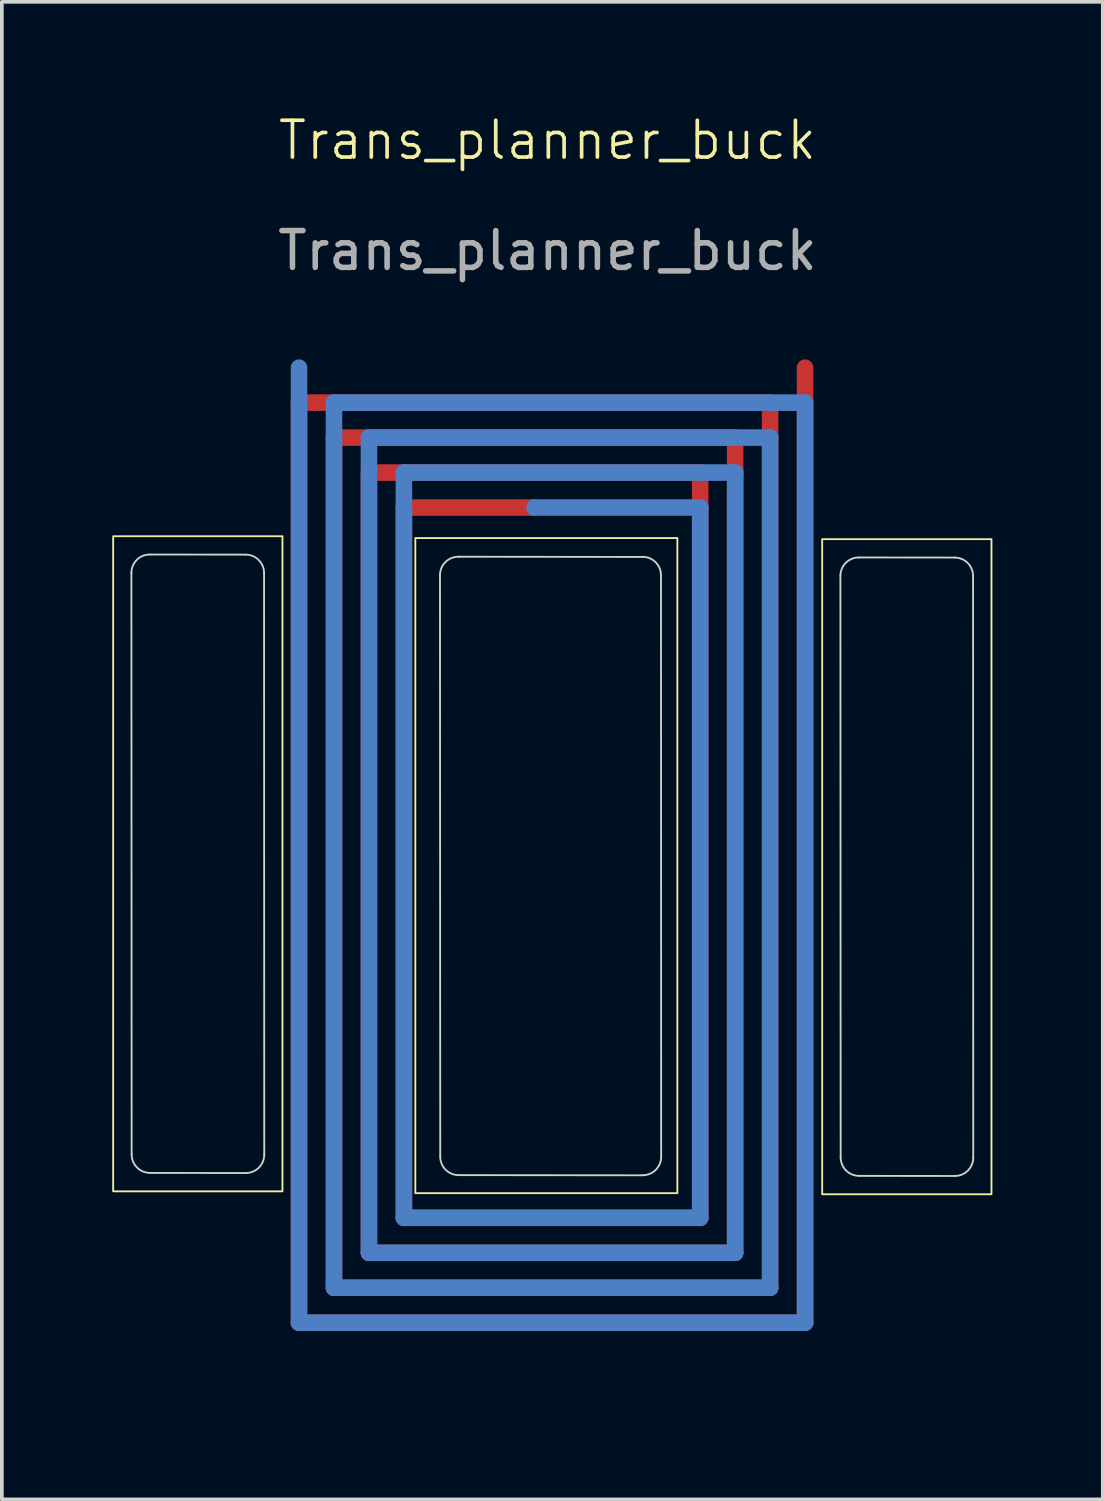
<source format=kicad_pcb>
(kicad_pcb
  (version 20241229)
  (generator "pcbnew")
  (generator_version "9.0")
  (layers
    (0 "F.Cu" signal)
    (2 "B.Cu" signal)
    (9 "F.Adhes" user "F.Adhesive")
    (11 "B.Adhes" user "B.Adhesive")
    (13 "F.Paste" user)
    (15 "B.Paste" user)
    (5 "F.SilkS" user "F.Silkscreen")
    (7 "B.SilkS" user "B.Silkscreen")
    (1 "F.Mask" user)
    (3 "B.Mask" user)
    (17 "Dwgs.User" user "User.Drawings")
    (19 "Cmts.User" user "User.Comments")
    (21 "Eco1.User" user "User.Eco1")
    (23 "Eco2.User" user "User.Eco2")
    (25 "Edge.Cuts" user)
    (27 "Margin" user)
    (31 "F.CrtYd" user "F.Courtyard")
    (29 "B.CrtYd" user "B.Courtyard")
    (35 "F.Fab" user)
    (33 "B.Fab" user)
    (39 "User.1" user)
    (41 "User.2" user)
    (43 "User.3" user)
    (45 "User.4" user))
  (footprint "Trans_planner_buck"
    (layer "F.Cu")
    (at 11.825 1.26)
    (property "Reference" "Trans_planner_buck" (at 0 -0.5 0) (unlocked yes) (layer "F.SilkS") (effects (font (size 1 1) (thickness 0.1))))
    (fp_line (start -6.75 6.63) (end 6.05 6.63) (stroke (width 0.45) (type default)) (layer "F.Cu"))
    (fp_line (start -6.75 31.63) (end -6.75 6.63) (stroke (width 0.45) (type default)) (layer "F.Cu"))
    (fp_line (start -5.8 7.58) (end 5.1 7.58) (stroke (width 0.45) (type default)) (layer "F.Cu"))
    (fp_line (start -5.8 30.68) (end -5.8 7.58) (stroke (width 0.45) (type default)) (layer "F.Cu"))
    (fp_line (start -4.85 8.53) (end 4.15 8.53) (stroke (width 0.45) (type default)) (layer "F.Cu"))
    (fp_line (start -4.85 29.73) (end -4.85 8.53) (stroke (width 0.45) (type default)) (layer "F.Cu"))
    (fp_line (start -3.9 9.48) (end -0.4 9.48) (stroke (width 0.45) (type default)) (layer "F.Cu"))
    (fp_line (start -3.9 28.78) (end -3.9 9.48) (stroke (width 0.45) (type default)) (layer "F.Cu"))
    (fp_line (start 4.15 8.53) (end 4.15 28.78) (stroke (width 0.45) (type default)) (layer "F.Cu"))
    (fp_line (start 4.15 28.78) (end -3.9 28.78) (stroke (width 0.45) (type default)) (layer "F.Cu"))
    (fp_line (start 5.1 7.58) (end 5.1 29.73) (stroke (width 0.45) (type default)) (layer "F.Cu"))
    (fp_line (start 5.1 29.73) (end -4.85 29.73) (stroke (width 0.45) (type default)) (layer "F.Cu"))
    (fp_line (start 6.05 6.63) (end 6.05 30.68) (stroke (width 0.45) (type default)) (layer "F.Cu"))
    (fp_line (start 6.05 30.68) (end -5.8 30.68) (stroke (width 0.45) (type default)) (layer "F.Cu"))
    (fp_line (start 7 5.68) (end 7 31.63) (stroke (width 0.45) (type default)) (layer "F.Cu"))
    (fp_line (start 7 31.63) (end -6.75 31.63) (stroke (width 0.45) (type default)) (layer "F.Cu"))
    (fp_line (start -6.75 5.68) (end -6.75 31.63) (stroke (width 0.45) (type default)) (layer "B.Cu"))
    (fp_line (start -6.75 31.63) (end 7 31.63) (stroke (width 0.45) (type default)) (layer "B.Cu"))
    (fp_line (start -5.8 6.63) (end -5.8 30.68) (stroke (width 0.45) (type default)) (layer "B.Cu"))
    (fp_line (start -5.8 30.68) (end 6.05 30.68) (stroke (width 0.45) (type default)) (layer "B.Cu"))
    (fp_line (start -4.85 7.58) (end -4.85 29.73) (stroke (width 0.45) (type default)) (layer "B.Cu"))
    (fp_line (start -4.85 29.73) (end 5.1 29.73) (stroke (width 0.45) (type default)) (layer "B.Cu"))
    (fp_line (start -3.9 8.53) (end -3.9 28.78) (stroke (width 0.45) (type default)) (layer "B.Cu"))
    (fp_line (start -3.9 28.78) (end 4.15 28.78) (stroke (width 0.45) (type default)) (layer "B.Cu"))
    (fp_line (start 4.15 9.48) (end -0.35 9.48) (stroke (width 0.45) (type default)) (layer "B.Cu"))
    (fp_line (start 4.15 28.78) (end 4.15 9.48) (stroke (width 0.45) (type default)) (layer "B.Cu"))
    (fp_line (start 5.1 8.53) (end -3.9 8.53) (stroke (width 0.45) (type default)) (layer "B.Cu"))
    (fp_line (start 5.1 29.73) (end 5.1 8.53) (stroke (width 0.45) (type default)) (layer "B.Cu"))
    (fp_line (start 6.05 7.58) (end -4.85 7.58) (stroke (width 0.45) (type default)) (layer "B.Cu"))
    (fp_line (start 6.05 30.68) (end 6.05 7.58) (stroke (width 0.45) (type default)) (layer "B.Cu"))
    (fp_line (start 7 6.63) (end -5.8 6.63) (stroke (width 0.45) (type default)) (layer "B.Cu"))
    (fp_line (start 7 31.63) (end 7 6.63) (stroke (width 0.45) (type default)) (layer "B.Cu"))
    (fp_line (start -5.85 28.56) (end -5.85 7.055) (stroke (width 1) (type solid)) (layer "In1.Cu"))
    (fp_line (start 6 7.055) (end 6 28.55) (stroke (width 1) (type solid)) (layer "In1.Cu"))
    (fp_rect (start -11.8 10.26) (end -7.2 28.06) (stroke (width 0.05) (type default)) (fill no) (layer "F.SilkS"))
    (fp_rect (start -3.59 10.31) (end 3.53 28.11) (stroke (width 0.05) (type default)) (fill no) (layer "F.SilkS"))
    (fp_rect (start 7.465 10.34) (end 12.065 28.14) (stroke (width 0.05) (type default)) (fill no) (layer "F.SilkS"))
    (fp_line (start -5.85 32.93) (end -5.85 7.06) (stroke (width 1) (type solid)) (layer "In2.Cu"))
    (fp_line (start 6 7.06) (end 6 32.68) (stroke (width 1) (type solid)) (layer "In2.Cu"))
    (fp_rect (start -10.835 11.34) (end -8.235 27.14) (stroke (width 0.05) (type default)) (fill no) (layer "Eco2.User"))
    (fp_rect (start -10.835 11.34) (end 11.065 27.14) (stroke (width 0.05) (type solid)) (fill no) (layer "Eco2.User"))
    (fp_rect (start -2.385 11.34) (end 2.615 27.14) (stroke (width 0.05) (type default)) (fill no) (layer "Eco2.User"))
    (fp_rect (start 8.465 11.34) (end 11.065 27.14) (stroke (width 0.05) (type default)) (fill no) (layer "Eco2.User"))
    (fp_line (start -11.305 11.257) (end -11.298 27.05) (stroke (width 0.05) (type default)) (layer "Edge.Cuts"))
    (fp_line (start -10.795 27.56) (end -8.205 27.563) (stroke (width 0.05) (type default)) (layer "Edge.Cuts"))
    (fp_line (start -8.204 10.76) (end -10.795 10.757) (stroke (width 0.05) (type default)) (layer "Edge.Cuts"))
    (fp_line (start -7.695 27.063) (end -7.7 11.27) (stroke (width 0.05) (type default)) (layer "Edge.Cuts"))
    (fp_line (start -2.92 11.317) (end -2.913 27.11) (stroke (width 0.05) (type default)) (layer "Edge.Cuts"))
    (fp_line (start -2.41 27.62) (end 2.58 27.625) (stroke (width 0.05) (type default)) (layer "Edge.Cuts"))
    (fp_line (start 2.585 10.823) (end -2.41 10.817) (stroke (width 0.05) (type default)) (layer "Edge.Cuts"))
    (fp_line (start 3.09 27.123) (end 3.085 11.33) (stroke (width 0.05) (type default)) (layer "Edge.Cuts"))
    (fp_line (start 7.96 11.337) (end 7.967 27.13) (stroke (width 0.05) (type default)) (layer "Edge.Cuts"))
    (fp_line (start 8.47 27.64) (end 11.06 27.643) (stroke (width 0.05) (type default)) (layer "Edge.Cuts"))
    (fp_line (start 11.061 10.84) (end 8.47 10.837) (stroke (width 0.05) (type default)) (layer "Edge.Cuts"))
    (fp_line (start 11.57 27.143) (end 11.565 11.35) (stroke (width 0.05) (type default)) (layer "Edge.Cuts"))
    (fp_arc (start -11.304968 11.25694) (mid -11.154896 10.899798) (end -10.794766 10.757044) (stroke (width 0.05) (type default)) (layer "Edge.Cuts"))
    (fp_arc (start -10.797754 27.559798) (mid -11.154896 27.409726) (end -11.29765 27.049596) (stroke (width 0.05) (type default)) (layer "Edge.Cuts"))
    (fp_arc (start -8.199896 10.759798) (mid -7.842754 10.90987) (end -7.7 11.27) (stroke (width 0.05) (type default)) (layer "Edge.Cuts"))
    (fp_arc (start -7.694824 27.062656) (mid -7.844896 27.419798) (end -8.205026 27.562552) (stroke (width 0.05) (type default)) (layer "Edge.Cuts"))
    (fp_arc (start -2.920072 11.317142) (mid -2.77 10.96) (end -2.40987 10.817246) (stroke (width 0.05) (type default)) (layer "Edge.Cuts"))
    (fp_arc (start -2.412858 27.62) (mid -2.77 27.469928) (end -2.912754 27.109798) (stroke (width 0.05) (type default)) (layer "Edge.Cuts"))
    (fp_arc (start 2.585 10.82) (mid 2.942142 10.970072) (end 3.084896 11.330202) (stroke (width 0.05) (type default)) (layer "Edge.Cuts"))
    (fp_arc (start 3.090072 27.122858) (mid 2.94 27.48) (end 2.57987 27.622754) (stroke (width 0.05) (type default)) (layer "Edge.Cuts"))
    (fp_arc (start 7.959928 11.337142) (mid 8.11 10.98) (end 8.47013 10.837246) (stroke (width 0.05) (type default)) (layer "Edge.Cuts"))
    (fp_arc (start 8.467142 27.64) (mid 8.11 27.489928) (end 7.967246 27.129798) (stroke (width 0.05) (type default)) (layer "Edge.Cuts"))
    (fp_arc (start 11.065 10.84) (mid 11.422142 10.990072) (end 11.564896 11.350202) (stroke (width 0.05) (type default)) (layer "Edge.Cuts"))
    (fp_arc (start 11.570072 27.142858) (mid 11.42 27.5) (end 11.05987 27.642754) (stroke (width 0.05) (type default)) (layer "Edge.Cuts"))
    (fp_text user "${REFERENCE}" (at 0 2.5 0) (unlocked yes) (layer "F.Fab") (effects (font (size 1 1) (thickness 0.15)))))
  (gr_rect
    (start -3 -3)
    (end 26.915 37.691)
    (stroke (width 0.1) (type default))
    (fill no)
    (layer "Edge.Cuts")))
</source>
